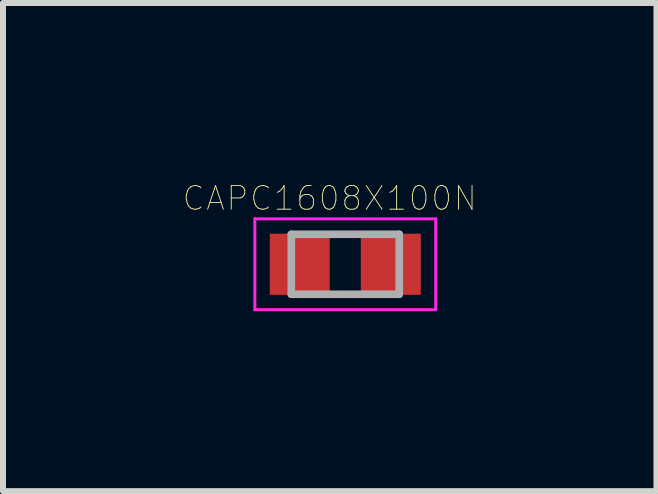
<source format=kicad_pcb>
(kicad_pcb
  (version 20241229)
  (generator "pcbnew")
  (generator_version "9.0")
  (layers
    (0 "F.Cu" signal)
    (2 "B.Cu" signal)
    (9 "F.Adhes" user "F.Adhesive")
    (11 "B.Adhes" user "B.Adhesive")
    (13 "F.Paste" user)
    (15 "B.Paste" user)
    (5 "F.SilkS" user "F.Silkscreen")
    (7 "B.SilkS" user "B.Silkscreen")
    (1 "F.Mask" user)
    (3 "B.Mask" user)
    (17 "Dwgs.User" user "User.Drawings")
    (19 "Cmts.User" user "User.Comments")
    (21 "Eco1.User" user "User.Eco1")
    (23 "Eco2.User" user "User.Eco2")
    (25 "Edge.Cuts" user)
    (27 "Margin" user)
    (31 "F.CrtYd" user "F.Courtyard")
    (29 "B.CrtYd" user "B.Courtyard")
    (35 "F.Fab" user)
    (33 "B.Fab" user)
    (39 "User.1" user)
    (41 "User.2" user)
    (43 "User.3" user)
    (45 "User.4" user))
  (footprint "CAPC1608X100N"
    (layer "F.Cu")
    (at 2.708 1.357)
    (property "Reference" "CAPC1608X100N" (at -0.26 -1.1 0) (layer "F.SilkS") (effects (font (size 0.394 0.394) (thickness 0.015))))
    (attr through_hole)
    (fp_line (start -1.508 -0.758) (end 1.508 -0.758) (stroke (width 0.05) (type solid)) (layer "F.CrtYd"))
    (fp_line (start -1.508 0.758) (end -1.508 -0.758) (stroke (width 0.05) (type solid)) (layer "F.CrtYd"))
    (fp_line (start -1.508 0.758) (end 1.508 0.758) (stroke (width 0.05) (type solid)) (layer "F.CrtYd"))
    (fp_line (start 1.508 0.758) (end 1.508 -0.758) (stroke (width 0.05) (type solid)) (layer "F.CrtYd"))
    (fp_line (start -0.9 0.5) (end -0.9 -0.5) (stroke (width 0.127) (type solid)) (layer "F.Fab"))
    (fp_line (start 0.9 -0.5) (end -0.9 -0.5) (stroke (width 0.127) (type solid)) (layer "F.Fab"))
    (fp_line (start 0.9 0.5) (end -0.9 0.5) (stroke (width 0.127) (type solid)) (layer "F.Fab"))
    (fp_line (start 0.9 0.5) (end 0.9 -0.5) (stroke (width 0.127) (type solid)) (layer "F.Fab"))
    (pad "1" smd rect (at -0.759 0) (size 1 1.02) (layers "F.Cu" "F.Mask" "F.Paste"))
    (pad "2" smd rect (at 0.759 0) (size 1 1.02) (layers "F.Cu" "F.Mask" "F.Paste")))
  (gr_rect
    (start -3 -3)
    (end 7.897 5.14)
    (stroke (width 0.1) (type default))
    (fill no)
    (layer "Edge.Cuts")))
</source>
